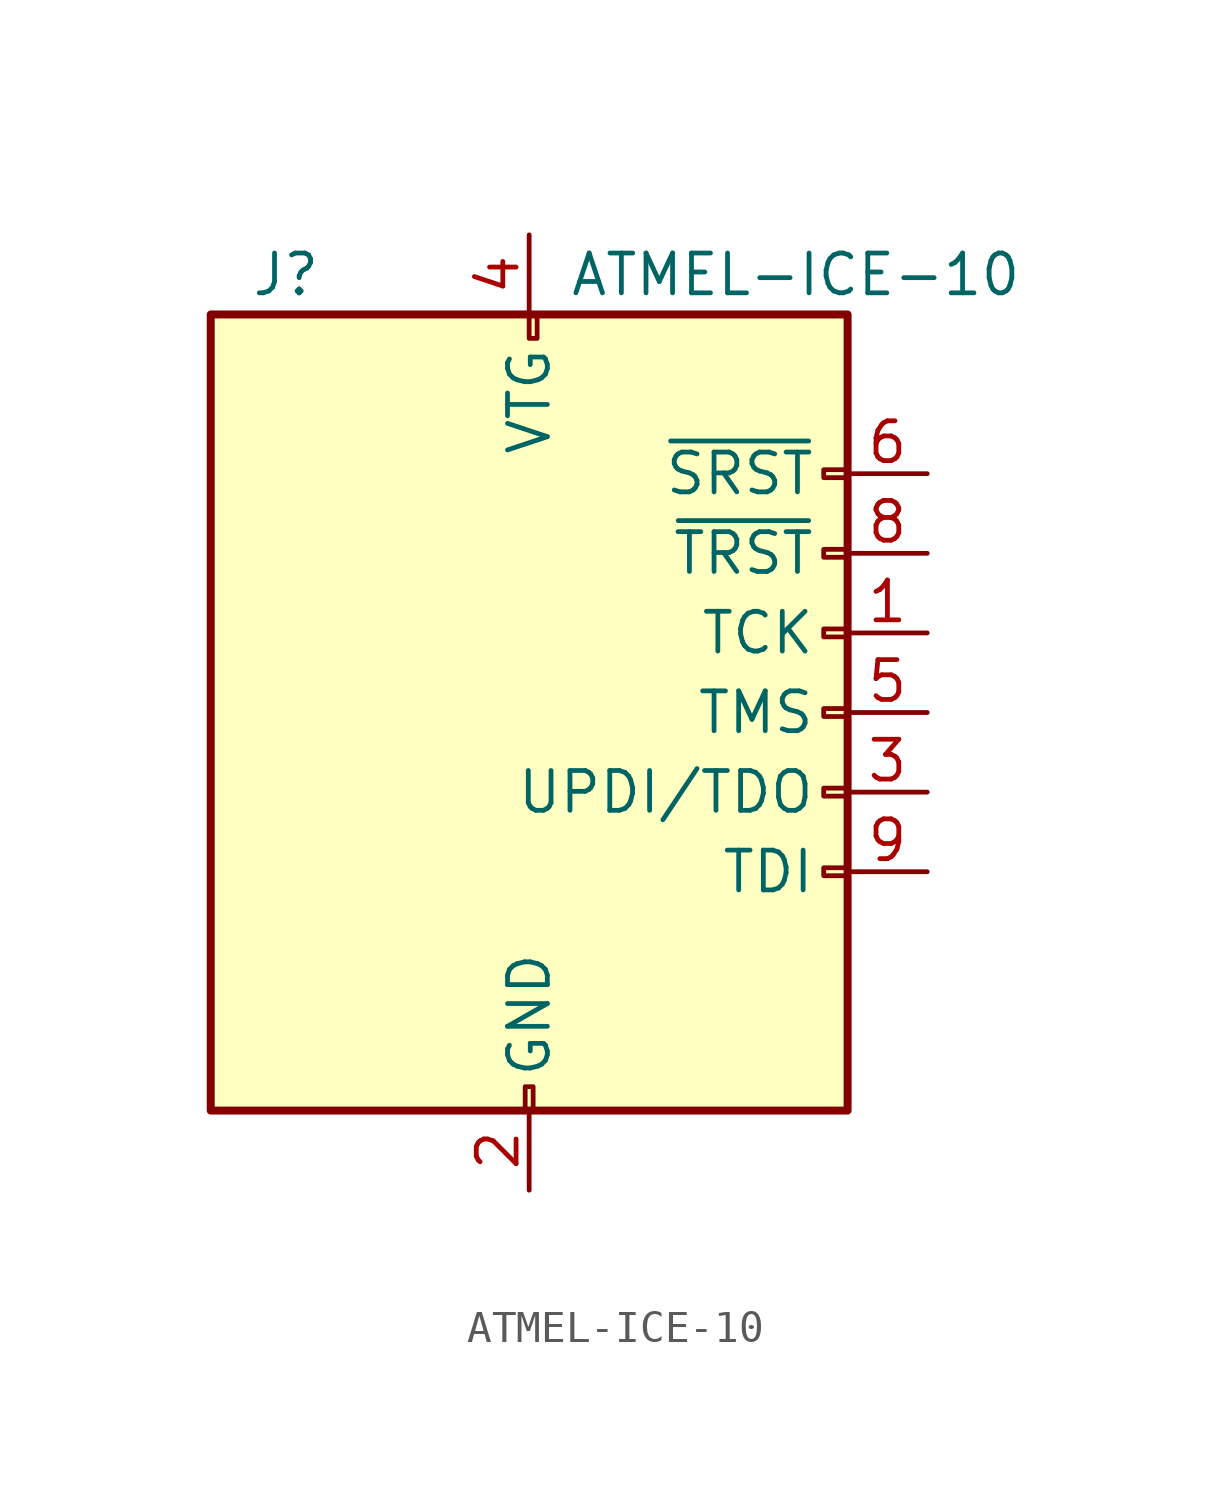
<source format=kicad_sym>
(kicad_symbol_lib
  (version 20220914)
  (generator kicad_symbol_editor)
  (symbol "ATMEL-ICE-10"
    (pin_names
      (offset 1.016))
    (property "Reference" "J"
      (at -8.89 13.97 0)
      (effects (font (size 1.27 1.27)) (justify left)))
    (property "Value" "ATMEL-ICE-10"
      (at 1.27 13.97 0)
      (effects (font (size 1.27 1.27)) (justify left)))
    (symbol "ATMEL-ICE-10_0_1"
      (rectangle (start -10.16 12.7) (end 10.16 -12.7) (stroke (width 0.254) (type default)) (fill (type background)))
      (rectangle (start -0.127 -11.938) (end 0.127 -12.7) (stroke (width 0) (type default)) (fill (type none)))
      (rectangle (start 0 12.7) (end 0.254 11.938) (stroke (width 0) (type default)) (fill (type none)))
      (rectangle (start 10.16 -4.953) (end 9.398 -5.207) (stroke (width 0) (type default)) (fill (type none)))
      (rectangle (start 10.16 -2.413) (end 9.398 -2.667) (stroke (width 0) (type default)) (fill (type none)))
      (rectangle (start 10.16 0.127) (end 9.398 -0.127) (stroke (width 0) (type default)) (fill (type none)))
      (rectangle (start 10.16 2.667) (end 9.398 2.413) (stroke (width 0) (type default)) (fill (type none)))
      (rectangle (start 10.16 5.207) (end 9.398 4.953) (stroke (width 0) (type default)) (fill (type none)))
      (rectangle (start 10.16 7.747) (end 9.398 7.493) (stroke (width 0) (type default)) (fill (type none))))
    (symbol "ATMEL-ICE-10_1_1"
      (pin passive line (at 12.7 2.54 180) (length 2.54) (name "TCK" (effects (font (size 1.27 1.27)))) (number "1" (effects (font (size 1.27 1.27)))))
      (pin passive line (at 0 -15.24 90) (length 2.54) hide (name "GND" (effects (font (size 1.27 1.27)))) (number "10" (effects (font (size 1.27 1.27)))))
      (pin passive line (at 0 -15.24 90) (length 2.54) (name "GND" (effects (font (size 1.27 1.27)))) (number "2" (effects (font (size 1.27 1.27)))))
      (pin passive line (at 12.7 -2.54 180) (length 2.54) (name "UPDI/TDO" (effects (font (size 1.27 1.27)))) (number "3" (effects (font (size 1.27 1.27)))))
      (pin passive line (at 0 15.24 270) (length 2.54) (name "VTG" (effects (font (size 1.27 1.27)))) (number "4" (effects (font (size 1.27 1.27)))))
      (pin passive line (at 12.7 0 180) (length 2.54) (name "TMS" (effects (font (size 1.27 1.27)))) (number "5" (effects (font (size 1.27 1.27)))))
      (pin passive line (at 12.7 7.62 180) (length 2.54) (name "~{SRST}" (effects (font (size 1.27 1.27)))) (number "6" (effects (font (size 1.27 1.27)))))
      (pin passive line (at 12.7 5.08 180) (length 2.54) (name "~{TRST}" (effects (font (size 1.27 1.27)))) (number "8" (effects (font (size 1.27 1.27)))))
      (pin passive line (at 12.7 -5.08 180) (length 2.54) (name "TDI" (effects (font (size 1.27 1.27)))) (number "9" (effects (font (size 1.27 1.27))))))))
</source>
